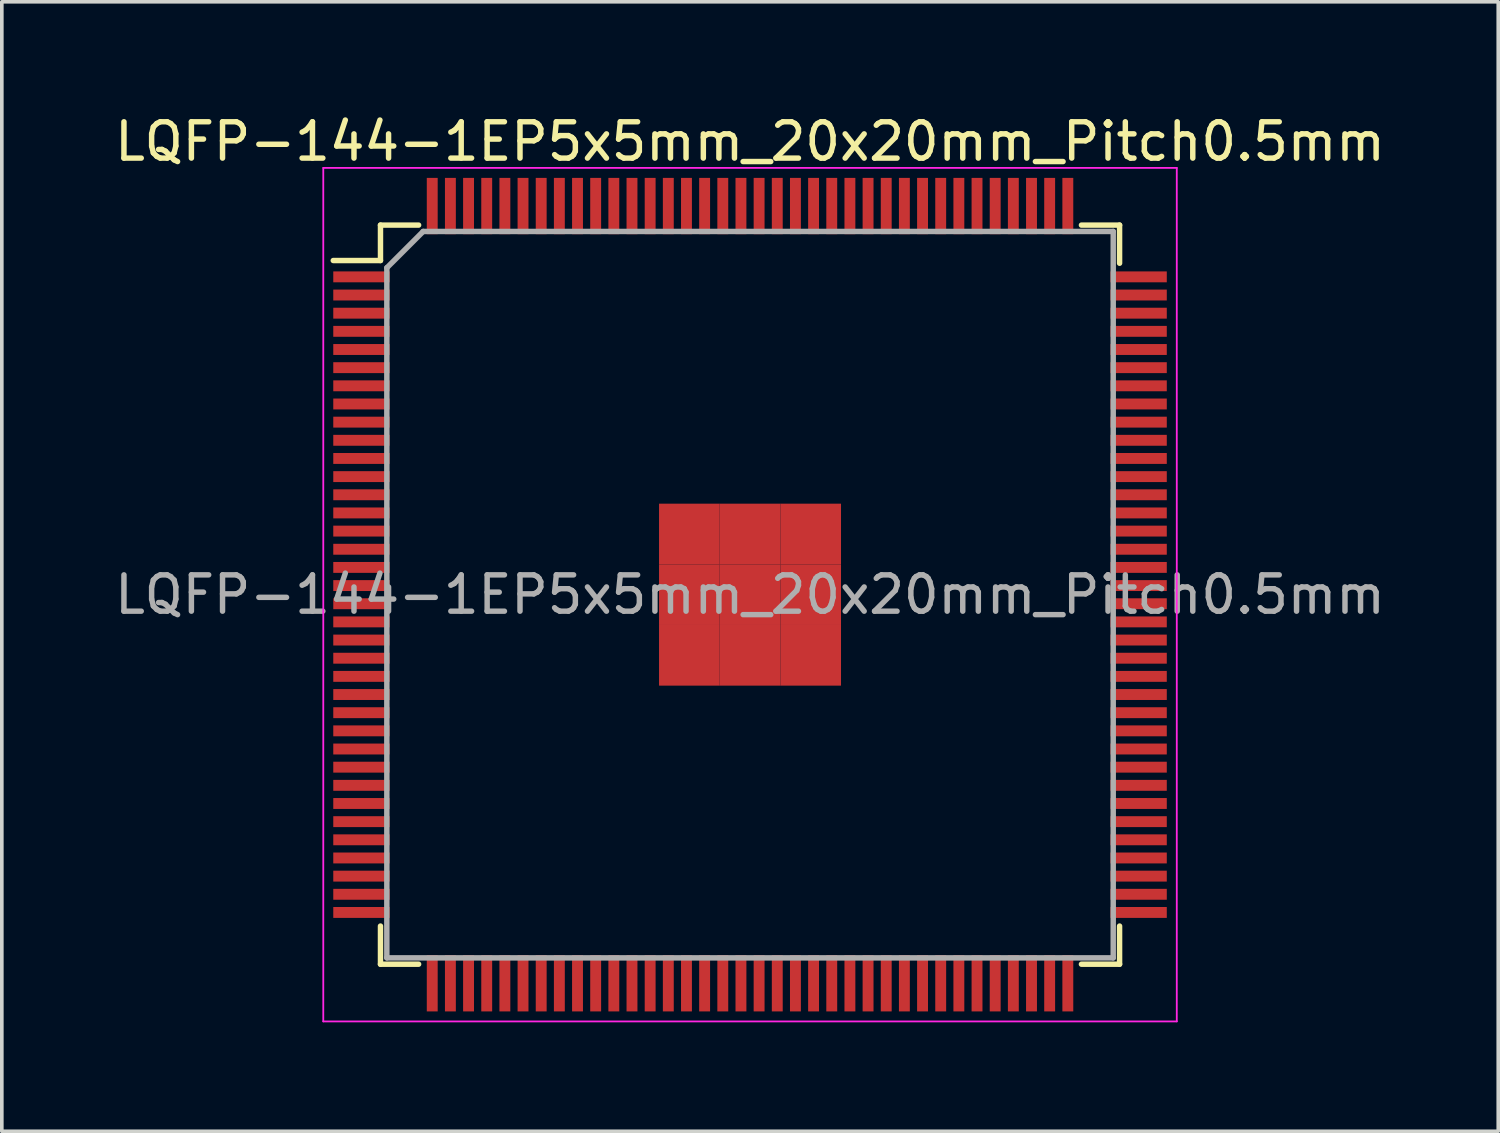
<source format=kicad_pcb>
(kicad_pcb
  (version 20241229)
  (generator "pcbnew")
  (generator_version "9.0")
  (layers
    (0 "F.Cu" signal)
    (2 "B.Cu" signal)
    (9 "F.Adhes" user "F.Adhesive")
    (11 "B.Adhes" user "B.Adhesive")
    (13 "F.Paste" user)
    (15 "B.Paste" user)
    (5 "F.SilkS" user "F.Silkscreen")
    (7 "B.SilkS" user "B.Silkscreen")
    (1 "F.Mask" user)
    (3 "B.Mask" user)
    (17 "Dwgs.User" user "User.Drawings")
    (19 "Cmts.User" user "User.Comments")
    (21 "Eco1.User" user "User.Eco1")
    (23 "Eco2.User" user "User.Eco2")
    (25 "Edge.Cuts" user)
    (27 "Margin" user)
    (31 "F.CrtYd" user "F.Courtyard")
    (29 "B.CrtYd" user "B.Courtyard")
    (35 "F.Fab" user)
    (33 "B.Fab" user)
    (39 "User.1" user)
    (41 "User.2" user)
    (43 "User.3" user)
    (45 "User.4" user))
  (footprint "LQFP-144-1EP5x5mm_20x20mm_Pitch0.5mm"
    (layer "F.Cu")
    (at 17.601 13.323)
    (property "Reference" "LQFP-144-1EP5x5mm_20x20mm_Pitch0.5mm" (at 0 -12.475 0) (layer "F.SilkS") (effects (font (size 1 1) (thickness 0.15))))
    (attr smd)
    (fp_line (start -10.175 -10.175) (end -10.175 -9.2) (stroke (width 0.15) (type solid)) (layer "F.SilkS"))
    (fp_line (start -10.175 -10.175) (end -9.125 -10.175) (stroke (width 0.15) (type solid)) (layer "F.SilkS"))
    (fp_line (start -10.175 -9.2) (end -11.475 -9.2) (stroke (width 0.15) (type solid)) (layer "F.SilkS"))
    (fp_line (start -10.175 10.175) (end -10.175 9.125) (stroke (width 0.15) (type solid)) (layer "F.SilkS"))
    (fp_line (start -10.175 10.175) (end -9.125 10.175) (stroke (width 0.15) (type solid)) (layer "F.SilkS"))
    (fp_line (start 10.175 -10.175) (end 9.125 -10.175) (stroke (width 0.15) (type solid)) (layer "F.SilkS"))
    (fp_line (start 10.175 -10.175) (end 10.175 -9.125) (stroke (width 0.15) (type solid)) (layer "F.SilkS"))
    (fp_line (start 10.175 10.175) (end 9.125 10.175) (stroke (width 0.15) (type solid)) (layer "F.SilkS"))
    (fp_line (start 10.175 10.175) (end 10.175 9.125) (stroke (width 0.15) (type solid)) (layer "F.SilkS"))
    (fp_line (start -11.75 -11.75) (end -11.75 11.75) (stroke (width 0.05) (type solid)) (layer "F.CrtYd"))
    (fp_line (start -11.75 -11.75) (end 11.75 -11.75) (stroke (width 0.05) (type solid)) (layer "F.CrtYd"))
    (fp_line (start -11.75 11.75) (end 11.75 11.75) (stroke (width 0.05) (type solid)) (layer "F.CrtYd"))
    (fp_line (start 11.75 -11.75) (end 11.75 11.75) (stroke (width 0.05) (type solid)) (layer "F.CrtYd"))
    (fp_line (start -10 -9) (end -9 -10) (stroke (width 0.15) (type solid)) (layer "F.Fab"))
    (fp_line (start -10 10) (end -10 -9) (stroke (width 0.15) (type solid)) (layer "F.Fab"))
    (fp_line (start -9 -10) (end 10 -10) (stroke (width 0.15) (type solid)) (layer "F.Fab"))
    (fp_line (start 10 -10) (end 10 10) (stroke (width 0.15) (type solid)) (layer "F.Fab"))
    (fp_line (start 10 10) (end -10 10) (stroke (width 0.15) (type solid)) (layer "F.Fab"))
    (fp_text user "${REFERENCE}" (at 0 0 0) (layer "F.Fab") (effects (font (size 1 1) (thickness 0.15))))
    (pad "1" smd rect (at -10.7 -8.75) (size 1.55 0.3) (layers "F.Cu" "F.Mask" "F.Paste"))
    (pad "2" smd rect (at -10.7 -8.25) (size 1.55 0.3) (layers "F.Cu" "F.Mask" "F.Paste"))
    (pad "3" smd rect (at -10.7 -7.75) (size 1.55 0.3) (layers "F.Cu" "F.Mask" "F.Paste"))
    (pad "4" smd rect (at -10.7 -7.25) (size 1.55 0.3) (layers "F.Cu" "F.Mask" "F.Paste"))
    (pad "5" smd rect (at -10.7 -6.75) (size 1.55 0.3) (layers "F.Cu" "F.Mask" "F.Paste"))
    (pad "6" smd rect (at -10.7 -6.25) (size 1.55 0.3) (layers "F.Cu" "F.Mask" "F.Paste"))
    (pad "7" smd rect (at -10.7 -5.75) (size 1.55 0.3) (layers "F.Cu" "F.Mask" "F.Paste"))
    (pad "8" smd rect (at -10.7 -5.25) (size 1.55 0.3) (layers "F.Cu" "F.Mask" "F.Paste"))
    (pad "9" smd rect (at -10.7 -4.75) (size 1.55 0.3) (layers "F.Cu" "F.Mask" "F.Paste"))
    (pad "10" smd rect (at -10.7 -4.25) (size 1.55 0.3) (layers "F.Cu" "F.Mask" "F.Paste"))
    (pad "11" smd rect (at -10.7 -3.75) (size 1.55 0.3) (layers "F.Cu" "F.Mask" "F.Paste"))
    (pad "12" smd rect (at -10.7 -3.25) (size 1.55 0.3) (layers "F.Cu" "F.Mask" "F.Paste"))
    (pad "13" smd rect (at -10.7 -2.75) (size 1.55 0.3) (layers "F.Cu" "F.Mask" "F.Paste"))
    (pad "14" smd rect (at -10.7 -2.25) (size 1.55 0.3) (layers "F.Cu" "F.Mask" "F.Paste"))
    (pad "15" smd rect (at -10.7 -1.75) (size 1.55 0.3) (layers "F.Cu" "F.Mask" "F.Paste"))
    (pad "16" smd rect (at -10.7 -1.25) (size 1.55 0.3) (layers "F.Cu" "F.Mask" "F.Paste"))
    (pad "17" smd rect (at -10.7 -0.75) (size 1.55 0.3) (layers "F.Cu" "F.Mask" "F.Paste"))
    (pad "18" smd rect (at -10.7 -0.25) (size 1.55 0.3) (layers "F.Cu" "F.Mask" "F.Paste"))
    (pad "19" smd rect (at -10.7 0.25) (size 1.55 0.3) (layers "F.Cu" "F.Mask" "F.Paste"))
    (pad "20" smd rect (at -10.7 0.75) (size 1.55 0.3) (layers "F.Cu" "F.Mask" "F.Paste"))
    (pad "21" smd rect (at -10.7 1.25) (size 1.55 0.3) (layers "F.Cu" "F.Mask" "F.Paste"))
    (pad "22" smd rect (at -10.7 1.75) (size 1.55 0.3) (layers "F.Cu" "F.Mask" "F.Paste"))
    (pad "23" smd rect (at -10.7 2.25) (size 1.55 0.3) (layers "F.Cu" "F.Mask" "F.Paste"))
    (pad "24" smd rect (at -10.7 2.75) (size 1.55 0.3) (layers "F.Cu" "F.Mask" "F.Paste"))
    (pad "25" smd rect (at -10.7 3.25) (size 1.55 0.3) (layers "F.Cu" "F.Mask" "F.Paste"))
    (pad "26" smd rect (at -10.7 3.75) (size 1.55 0.3) (layers "F.Cu" "F.Mask" "F.Paste"))
    (pad "27" smd rect (at -10.7 4.25) (size 1.55 0.3) (layers "F.Cu" "F.Mask" "F.Paste"))
    (pad "28" smd rect (at -10.7 4.75) (size 1.55 0.3) (layers "F.Cu" "F.Mask" "F.Paste"))
    (pad "29" smd rect (at -10.7 5.25) (size 1.55 0.3) (layers "F.Cu" "F.Mask" "F.Paste"))
    (pad "30" smd rect (at -10.7 5.75) (size 1.55 0.3) (layers "F.Cu" "F.Mask" "F.Paste"))
    (pad "31" smd rect (at -10.7 6.25) (size 1.55 0.3) (layers "F.Cu" "F.Mask" "F.Paste"))
    (pad "32" smd rect (at -10.7 6.75) (size 1.55 0.3) (layers "F.Cu" "F.Mask" "F.Paste"))
    (pad "33" smd rect (at -10.7 7.25) (size 1.55 0.3) (layers "F.Cu" "F.Mask" "F.Paste"))
    (pad "34" smd rect (at -10.7 7.75) (size 1.55 0.3) (layers "F.Cu" "F.Mask" "F.Paste"))
    (pad "35" smd rect (at -10.7 8.25) (size 1.55 0.3) (layers "F.Cu" "F.Mask" "F.Paste"))
    (pad "36" smd rect (at -10.7 8.75) (size 1.55 0.3) (layers "F.Cu" "F.Mask" "F.Paste"))
    (pad "37" smd rect (at -8.75 10.7 90) (size 1.55 0.3) (layers "F.Cu" "F.Mask" "F.Paste"))
    (pad "38" smd rect (at -8.25 10.7 90) (size 1.55 0.3) (layers "F.Cu" "F.Mask" "F.Paste"))
    (pad "39" smd rect (at -7.75 10.7 90) (size 1.55 0.3) (layers "F.Cu" "F.Mask" "F.Paste"))
    (pad "40" smd rect (at -7.25 10.7 90) (size 1.55 0.3) (layers "F.Cu" "F.Mask" "F.Paste"))
    (pad "41" smd rect (at -6.75 10.7 90) (size 1.55 0.3) (layers "F.Cu" "F.Mask" "F.Paste"))
    (pad "42" smd rect (at -6.25 10.7 90) (size 1.55 0.3) (layers "F.Cu" "F.Mask" "F.Paste"))
    (pad "43" smd rect (at -5.75 10.7 90) (size 1.55 0.3) (layers "F.Cu" "F.Mask" "F.Paste"))
    (pad "44" smd rect (at -5.25 10.7 90) (size 1.55 0.3) (layers "F.Cu" "F.Mask" "F.Paste"))
    (pad "45" smd rect (at -4.75 10.7 90) (size 1.55 0.3) (layers "F.Cu" "F.Mask" "F.Paste"))
    (pad "46" smd rect (at -4.25 10.7 90) (size 1.55 0.3) (layers "F.Cu" "F.Mask" "F.Paste"))
    (pad "47" smd rect (at -3.75 10.7 90) (size 1.55 0.3) (layers "F.Cu" "F.Mask" "F.Paste"))
    (pad "48" smd rect (at -3.25 10.7 90) (size 1.55 0.3) (layers "F.Cu" "F.Mask" "F.Paste"))
    (pad "49" smd rect (at -2.75 10.7 90) (size 1.55 0.3) (layers "F.Cu" "F.Mask" "F.Paste"))
    (pad "50" smd rect (at -2.25 10.7 90) (size 1.55 0.3) (layers "F.Cu" "F.Mask" "F.Paste"))
    (pad "51" smd rect (at -1.75 10.7 90) (size 1.55 0.3) (layers "F.Cu" "F.Mask" "F.Paste"))
    (pad "52" smd rect (at -1.25 10.7 90) (size 1.55 0.3) (layers "F.Cu" "F.Mask" "F.Paste"))
    (pad "53" smd rect (at -0.75 10.7 90) (size 1.55 0.3) (layers "F.Cu" "F.Mask" "F.Paste"))
    (pad "54" smd rect (at -0.25 10.7 90) (size 1.55 0.3) (layers "F.Cu" "F.Mask" "F.Paste"))
    (pad "55" smd rect (at 0.25 10.7 90) (size 1.55 0.3) (layers "F.Cu" "F.Mask" "F.Paste"))
    (pad "56" smd rect (at 0.75 10.7 90) (size 1.55 0.3) (layers "F.Cu" "F.Mask" "F.Paste"))
    (pad "57" smd rect (at 1.25 10.7 90) (size 1.55 0.3) (layers "F.Cu" "F.Mask" "F.Paste"))
    (pad "58" smd rect (at 1.75 10.7 90) (size 1.55 0.3) (layers "F.Cu" "F.Mask" "F.Paste"))
    (pad "59" smd rect (at 2.25 10.7 90) (size 1.55 0.3) (layers "F.Cu" "F.Mask" "F.Paste"))
    (pad "60" smd rect (at 2.75 10.7 90) (size 1.55 0.3) (layers "F.Cu" "F.Mask" "F.Paste"))
    (pad "61" smd rect (at 3.25 10.7 90) (size 1.55 0.3) (layers "F.Cu" "F.Mask" "F.Paste"))
    (pad "62" smd rect (at 3.75 10.7 90) (size 1.55 0.3) (layers "F.Cu" "F.Mask" "F.Paste"))
    (pad "63" smd rect (at 4.25 10.7 90) (size 1.55 0.3) (layers "F.Cu" "F.Mask" "F.Paste"))
    (pad "64" smd rect (at 4.75 10.7 90) (size 1.55 0.3) (layers "F.Cu" "F.Mask" "F.Paste"))
    (pad "65" smd rect (at 5.25 10.7 90) (size 1.55 0.3) (layers "F.Cu" "F.Mask" "F.Paste"))
    (pad "66" smd rect (at 5.75 10.7 90) (size 1.55 0.3) (layers "F.Cu" "F.Mask" "F.Paste"))
    (pad "67" smd rect (at 6.25 10.7 90) (size 1.55 0.3) (layers "F.Cu" "F.Mask" "F.Paste"))
    (pad "68" smd rect (at 6.75 10.7 90) (size 1.55 0.3) (layers "F.Cu" "F.Mask" "F.Paste"))
    (pad "69" smd rect (at 7.25 10.7 90) (size 1.55 0.3) (layers "F.Cu" "F.Mask" "F.Paste"))
    (pad "70" smd rect (at 7.75 10.7 90) (size 1.55 0.3) (layers "F.Cu" "F.Mask" "F.Paste"))
    (pad "71" smd rect (at 8.25 10.7 90) (size 1.55 0.3) (layers "F.Cu" "F.Mask" "F.Paste"))
    (pad "72" smd rect (at 8.75 10.7 90) (size 1.55 0.3) (layers "F.Cu" "F.Mask" "F.Paste"))
    (pad "73" smd rect (at 10.7 8.75) (size 1.55 0.3) (layers "F.Cu" "F.Mask" "F.Paste"))
    (pad "74" smd rect (at 10.7 8.25) (size 1.55 0.3) (layers "F.Cu" "F.Mask" "F.Paste"))
    (pad "75" smd rect (at 10.7 7.75) (size 1.55 0.3) (layers "F.Cu" "F.Mask" "F.Paste"))
    (pad "76" smd rect (at 10.7 7.25) (size 1.55 0.3) (layers "F.Cu" "F.Mask" "F.Paste"))
    (pad "77" smd rect (at 10.7 6.75) (size 1.55 0.3) (layers "F.Cu" "F.Mask" "F.Paste"))
    (pad "78" smd rect (at 10.7 6.25) (size 1.55 0.3) (layers "F.Cu" "F.Mask" "F.Paste"))
    (pad "79" smd rect (at 10.7 5.75) (size 1.55 0.3) (layers "F.Cu" "F.Mask" "F.Paste"))
    (pad "80" smd rect (at 10.7 5.25) (size 1.55 0.3) (layers "F.Cu" "F.Mask" "F.Paste"))
    (pad "81" smd rect (at 10.7 4.75) (size 1.55 0.3) (layers "F.Cu" "F.Mask" "F.Paste"))
    (pad "82" smd rect (at 10.7 4.25) (size 1.55 0.3) (layers "F.Cu" "F.Mask" "F.Paste"))
    (pad "83" smd rect (at 10.7 3.75) (size 1.55 0.3) (layers "F.Cu" "F.Mask" "F.Paste"))
    (pad "84" smd rect (at 10.7 3.25) (size 1.55 0.3) (layers "F.Cu" "F.Mask" "F.Paste"))
    (pad "85" smd rect (at 10.7 2.75) (size 1.55 0.3) (layers "F.Cu" "F.Mask" "F.Paste"))
    (pad "86" smd rect (at 10.7 2.25) (size 1.55 0.3) (layers "F.Cu" "F.Mask" "F.Paste"))
    (pad "87" smd rect (at 10.7 1.75) (size 1.55 0.3) (layers "F.Cu" "F.Mask" "F.Paste"))
    (pad "88" smd rect (at 10.7 1.25) (size 1.55 0.3) (layers "F.Cu" "F.Mask" "F.Paste"))
    (pad "89" smd rect (at 10.7 0.75) (size 1.55 0.3) (layers "F.Cu" "F.Mask" "F.Paste"))
    (pad "90" smd rect (at 10.7 0.25) (size 1.55 0.3) (layers "F.Cu" "F.Mask" "F.Paste"))
    (pad "91" smd rect (at 10.7 -0.25) (size 1.55 0.3) (layers "F.Cu" "F.Mask" "F.Paste"))
    (pad "92" smd rect (at 10.7 -0.75) (size 1.55 0.3) (layers "F.Cu" "F.Mask" "F.Paste"))
    (pad "93" smd rect (at 10.7 -1.25) (size 1.55 0.3) (layers "F.Cu" "F.Mask" "F.Paste"))
    (pad "94" smd rect (at 10.7 -1.75) (size 1.55 0.3) (layers "F.Cu" "F.Mask" "F.Paste"))
    (pad "95" smd rect (at 10.7 -2.25) (size 1.55 0.3) (layers "F.Cu" "F.Mask" "F.Paste"))
    (pad "96" smd rect (at 10.7 -2.75) (size 1.55 0.3) (layers "F.Cu" "F.Mask" "F.Paste"))
    (pad "97" smd rect (at 10.7 -3.25) (size 1.55 0.3) (layers "F.Cu" "F.Mask" "F.Paste"))
    (pad "98" smd rect (at 10.7 -3.75) (size 1.55 0.3) (layers "F.Cu" "F.Mask" "F.Paste"))
    (pad "99" smd rect (at 10.7 -4.25) (size 1.55 0.3) (layers "F.Cu" "F.Mask" "F.Paste"))
    (pad "100" smd rect (at 10.7 -4.75) (size 1.55 0.3) (layers "F.Cu" "F.Mask" "F.Paste"))
    (pad "101" smd rect (at 10.7 -5.25) (size 1.55 0.3) (layers "F.Cu" "F.Mask" "F.Paste"))
    (pad "102" smd rect (at 10.7 -5.75) (size 1.55 0.3) (layers "F.Cu" "F.Mask" "F.Paste"))
    (pad "103" smd rect (at 10.7 -6.25) (size 1.55 0.3) (layers "F.Cu" "F.Mask" "F.Paste"))
    (pad "104" smd rect (at 10.7 -6.75) (size 1.55 0.3) (layers "F.Cu" "F.Mask" "F.Paste"))
    (pad "105" smd rect (at 10.7 -7.25) (size 1.55 0.3) (layers "F.Cu" "F.Mask" "F.Paste"))
    (pad "106" smd rect (at 10.7 -7.75) (size 1.55 0.3) (layers "F.Cu" "F.Mask" "F.Paste"))
    (pad "107" smd rect (at 10.7 -8.25) (size 1.55 0.3) (layers "F.Cu" "F.Mask" "F.Paste"))
    (pad "108" smd rect (at 10.7 -8.75) (size 1.55 0.3) (layers "F.Cu" "F.Mask" "F.Paste"))
    (pad "109" smd rect (at 8.75 -10.7 90) (size 1.55 0.3) (layers "F.Cu" "F.Mask" "F.Paste"))
    (pad "110" smd rect (at 8.25 -10.7 90) (size 1.55 0.3) (layers "F.Cu" "F.Mask" "F.Paste"))
    (pad "111" smd rect (at 7.75 -10.7 90) (size 1.55 0.3) (layers "F.Cu" "F.Mask" "F.Paste"))
    (pad "112" smd rect (at 7.25 -10.7 90) (size 1.55 0.3) (layers "F.Cu" "F.Mask" "F.Paste"))
    (pad "113" smd rect (at 6.75 -10.7 90) (size 1.55 0.3) (layers "F.Cu" "F.Mask" "F.Paste"))
    (pad "114" smd rect (at 6.25 -10.7 90) (size 1.55 0.3) (layers "F.Cu" "F.Mask" "F.Paste"))
    (pad "115" smd rect (at 5.75 -10.7 90) (size 1.55 0.3) (layers "F.Cu" "F.Mask" "F.Paste"))
    (pad "116" smd rect (at 5.25 -10.7 90) (size 1.55 0.3) (layers "F.Cu" "F.Mask" "F.Paste"))
    (pad "117" smd rect (at 4.75 -10.7 90) (size 1.55 0.3) (layers "F.Cu" "F.Mask" "F.Paste"))
    (pad "118" smd rect (at 4.25 -10.7 90) (size 1.55 0.3) (layers "F.Cu" "F.Mask" "F.Paste"))
    (pad "119" smd rect (at 3.75 -10.7 90) (size 1.55 0.3) (layers "F.Cu" "F.Mask" "F.Paste"))
    (pad "120" smd rect (at 3.25 -10.7 90) (size 1.55 0.3) (layers "F.Cu" "F.Mask" "F.Paste"))
    (pad "121" smd rect (at 2.75 -10.7 90) (size 1.55 0.3) (layers "F.Cu" "F.Mask" "F.Paste"))
    (pad "122" smd rect (at 2.25 -10.7 90) (size 1.55 0.3) (layers "F.Cu" "F.Mask" "F.Paste"))
    (pad "123" smd rect (at 1.75 -10.7 90) (size 1.55 0.3) (layers "F.Cu" "F.Mask" "F.Paste"))
    (pad "124" smd rect (at 1.25 -10.7 90) (size 1.55 0.3) (layers "F.Cu" "F.Mask" "F.Paste"))
    (pad "125" smd rect (at 0.75 -10.7 90) (size 1.55 0.3) (layers "F.Cu" "F.Mask" "F.Paste"))
    (pad "126" smd rect (at 0.25 -10.7 90) (size 1.55 0.3) (layers "F.Cu" "F.Mask" "F.Paste"))
    (pad "127" smd rect (at -0.25 -10.7 90) (size 1.55 0.3) (layers "F.Cu" "F.Mask" "F.Paste"))
    (pad "128" smd rect (at -0.75 -10.7 90) (size 1.55 0.3) (layers "F.Cu" "F.Mask" "F.Paste"))
    (pad "129" smd rect (at -1.25 -10.7 90) (size 1.55 0.3) (layers "F.Cu" "F.Mask" "F.Paste"))
    (pad "130" smd rect (at -1.75 -10.7 90) (size 1.55 0.3) (layers "F.Cu" "F.Mask" "F.Paste"))
    (pad "131" smd rect (at -2.25 -10.7 90) (size 1.55 0.3) (layers "F.Cu" "F.Mask" "F.Paste"))
    (pad "132" smd rect (at -2.75 -10.7 90) (size 1.55 0.3) (layers "F.Cu" "F.Mask" "F.Paste"))
    (pad "133" smd rect (at -3.25 -10.7 90) (size 1.55 0.3) (layers "F.Cu" "F.Mask" "F.Paste"))
    (pad "134" smd rect (at -3.75 -10.7 90) (size 1.55 0.3) (layers "F.Cu" "F.Mask" "F.Paste"))
    (pad "135" smd rect (at -4.25 -10.7 90) (size 1.55 0.3) (layers "F.Cu" "F.Mask" "F.Paste"))
    (pad "136" smd rect (at -4.75 -10.7 90) (size 1.55 0.3) (layers "F.Cu" "F.Mask" "F.Paste"))
    (pad "137" smd rect (at -5.25 -10.7 90) (size 1.55 0.3) (layers "F.Cu" "F.Mask" "F.Paste"))
    (pad "138" smd rect (at -5.75 -10.7 90) (size 1.55 0.3) (layers "F.Cu" "F.Mask" "F.Paste"))
    (pad "139" smd rect (at -6.25 -10.7 90) (size 1.55 0.3) (layers "F.Cu" "F.Mask" "F.Paste"))
    (pad "140" smd rect (at -6.75 -10.7 90) (size 1.55 0.3) (layers "F.Cu" "F.Mask" "F.Paste"))
    (pad "141" smd rect (at -7.25 -10.7 90) (size 1.55 0.3) (layers "F.Cu" "F.Mask" "F.Paste"))
    (pad "142" smd rect (at -7.75 -10.7 90) (size 1.55 0.3) (layers "F.Cu" "F.Mask" "F.Paste"))
    (pad "143" smd rect (at -8.25 -10.7 90) (size 1.55 0.3) (layers "F.Cu" "F.Mask" "F.Paste"))
    (pad "144" smd rect (at -8.75 -10.7 90) (size 1.55 0.3) (layers "F.Cu" "F.Mask" "F.Paste"))
    (pad "145" smd rect (at -1.67 -1.67) (size 1.67 1.67) (layers "F.Cu" "F.Mask" "F.Paste"))
    (pad "145" smd rect (at -1.67 0) (size 1.67 1.67) (layers "F.Cu" "F.Mask" "F.Paste"))
    (pad "145" smd rect (at -1.67 1.67) (size 1.67 1.67) (layers "F.Cu" "F.Mask" "F.Paste"))
    (pad "145" smd rect (at 0 -1.67) (size 1.67 1.67) (layers "F.Cu" "F.Mask" "F.Paste"))
    (pad "145" smd rect (at 0 0) (size 1.67 1.67) (layers "F.Cu" "F.Mask" "F.Paste"))
    (pad "145" smd rect (at 0 1.67) (size 1.67 1.67) (layers "F.Cu" "F.Mask" "F.Paste"))
    (pad "145" smd rect (at 1.67 -1.67) (size 1.67 1.67) (layers "F.Cu" "F.Mask" "F.Paste"))
    (pad "145" smd rect (at 1.67 0) (size 1.67 1.67) (layers "F.Cu" "F.Mask" "F.Paste"))
    (pad "145" smd rect (at 1.67 1.67) (size 1.67 1.67) (layers "F.Cu" "F.Mask" "F.Paste")))
  (gr_rect
    (start -3 -3)
    (end 38.202 28.098)
    (stroke (width 0.1) (type default))
    (fill no)
    (layer "Edge.Cuts")))
</source>
